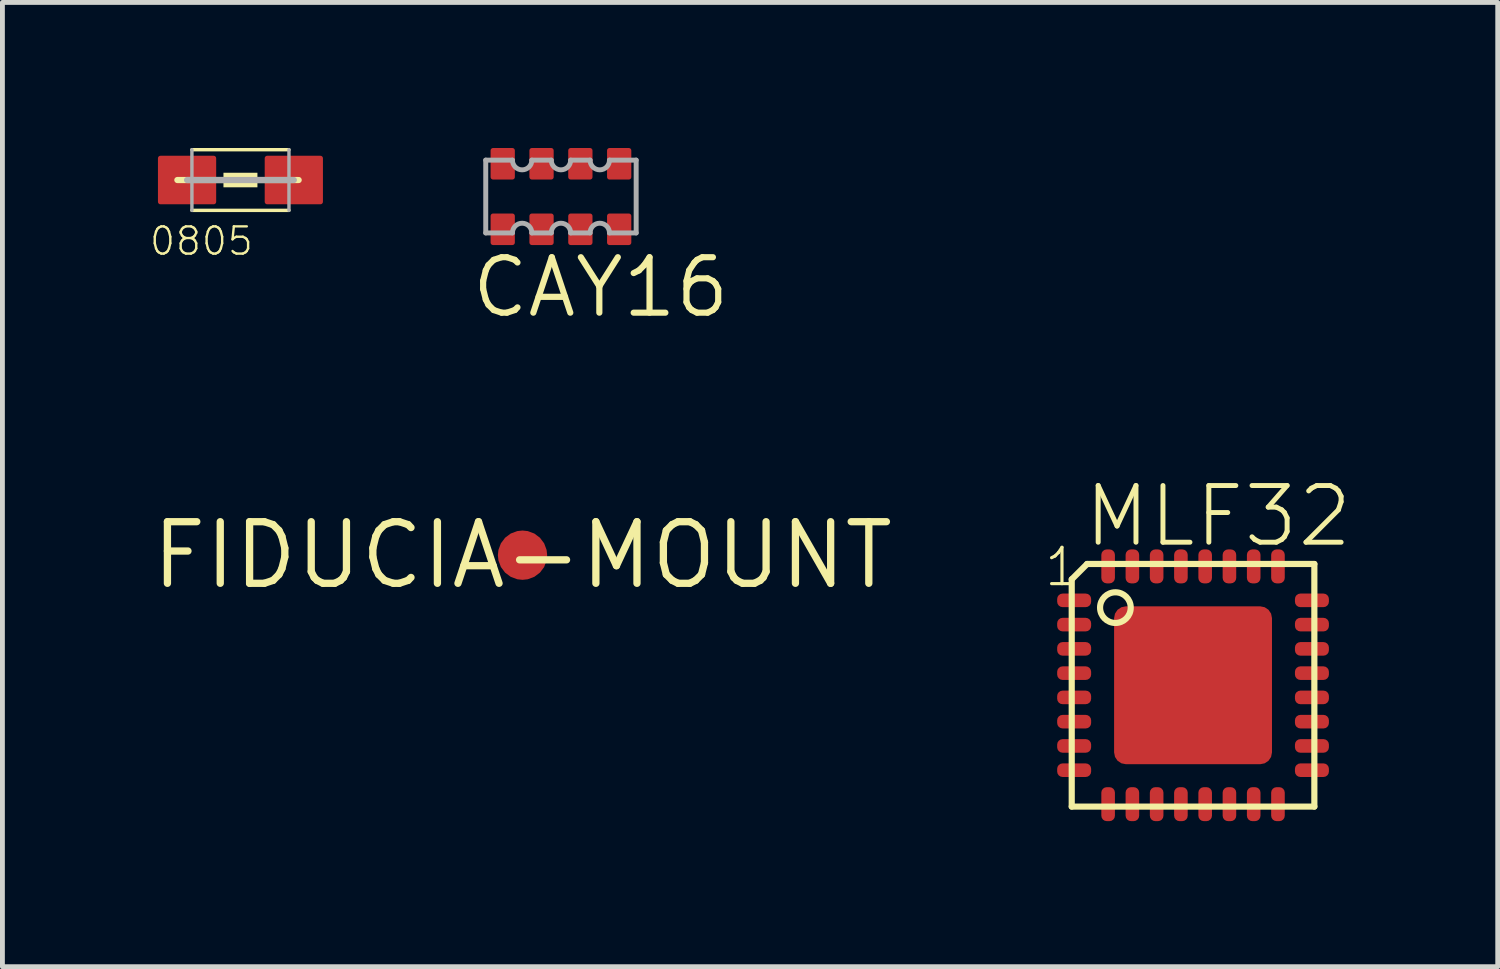
<source format=kicad_pcb>
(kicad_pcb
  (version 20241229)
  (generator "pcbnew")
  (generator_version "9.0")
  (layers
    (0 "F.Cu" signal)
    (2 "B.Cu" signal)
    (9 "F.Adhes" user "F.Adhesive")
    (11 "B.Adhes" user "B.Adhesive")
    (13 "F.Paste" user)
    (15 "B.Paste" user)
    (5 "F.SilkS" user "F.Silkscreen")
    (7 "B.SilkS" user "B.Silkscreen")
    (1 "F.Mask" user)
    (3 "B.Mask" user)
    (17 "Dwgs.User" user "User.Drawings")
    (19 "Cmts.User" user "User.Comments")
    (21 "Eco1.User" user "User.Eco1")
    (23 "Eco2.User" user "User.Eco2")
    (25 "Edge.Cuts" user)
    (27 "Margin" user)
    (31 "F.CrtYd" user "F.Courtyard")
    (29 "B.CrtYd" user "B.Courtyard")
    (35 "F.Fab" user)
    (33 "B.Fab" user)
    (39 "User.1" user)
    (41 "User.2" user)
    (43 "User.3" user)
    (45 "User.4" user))
  (footprint "MLF32"
    (layer "F.Cu")
    (at 21.536 11.072)
    (property "Reference" "MLF32" (at -2.3 -2.8 0) (layer "F.SilkS") (effects (font (size 1.168 1.168) (thickness 0.102)) (justify left bottom)))
    (fp_poly (pts (xy 0.232 -1.313) (xy 0.456 -1.253) (xy 0.667 -1.155) (xy 0.857 -1.022) (xy 1.022 -0.857) (xy 1.155 -0.667) (xy 1.254 -0.454) (xy 1.334 -0.003) (xy 1.313 0.232) (xy 1.253 0.456) (xy 1.155 0.667) (xy 1.022 0.857) (xy 0.857 1.022) (xy 0.667 1.155) (xy 0.456 1.253) (xy 0.232 1.313) (xy 0 1.334) (xy -0.232 1.313) (xy -0.456 1.253) (xy -0.667 1.155) (xy -0.857 1.022) (xy -1.022 0.857) (xy -1.155 0.667) (xy -1.253 0.456) (xy -1.313 0.232) (xy -1.334 0) (xy -1.313 -0.232) (xy -1.253 -0.456) (xy -1.155 -0.667) (xy -1.022 -0.857) (xy -0.857 -1.022) (xy -0.667 -1.155) (xy -0.456 -1.253) (xy -0.232 -1.313) (xy 0 -1.334)) (stroke (width 0) (type default)) (fill yes) (layer "F.Mask"))
    (fp_line (start -2.5 -2.183) (end -2.5 2.5) (stroke (width 0.127) (type solid)) (layer "F.SilkS"))
    (fp_line (start -2.5 2.5) (end 2.5 2.5) (stroke (width 0.127) (type solid)) (layer "F.SilkS"))
    (fp_line (start -2.183 -2.5) (end -2.5 -2.183) (stroke (width 0.127) (type solid)) (layer "F.SilkS"))
    (fp_line (start 2.5 -2.5) (end -2.183 -2.5) (stroke (width 0.127) (type solid)) (layer "F.SilkS"))
    (fp_line (start 2.5 2.5) (end 2.5 -2.5) (stroke (width 0.127) (type solid)) (layer "F.SilkS"))
    (fp_circle (center -1.6 -1.6) (end -1.284 -1.6) (stroke (width 0.127) (type solid)) (fill no) (layer "F.SilkS"))
    (fp_poly (pts (xy -0.635 0.635) (xy 0.635 0.635) (xy 0.635 -0.635) (xy -0.635 -0.635)) (stroke (width 0) (type default)) (fill yes) (layer "F.Paste"))
    (fp_text user "1" (at -3.1 -2 0) (layer "F.SilkS") (effects (font (size 0.748 0.748) (thickness 0.065)) (justify left bottom)))
    (pad "1" smd roundrect (at -2.45 -1.75 90) (size 0.28 0.7) (layers "F.Cu" "F.Mask" "F.Paste") (roundrect_rratio 0.4))
    (pad "2" smd roundrect (at -2.45 -1.25 90) (size 0.28 0.7) (layers "F.Cu" "F.Mask" "F.Paste") (roundrect_rratio 0.4))
    (pad "3" smd roundrect (at -2.45 -0.75 90) (size 0.28 0.7) (layers "F.Cu" "F.Mask" "F.Paste") (roundrect_rratio 0.4))
    (pad "4" smd roundrect (at -2.45 -0.25 90) (size 0.28 0.7) (layers "F.Cu" "F.Mask" "F.Paste") (roundrect_rratio 0.4))
    (pad "5" smd roundrect (at -2.45 0.25 90) (size 0.28 0.7) (layers "F.Cu" "F.Mask" "F.Paste") (roundrect_rratio 0.4))
    (pad "6" smd roundrect (at -2.45 0.75 90) (size 0.28 0.7) (layers "F.Cu" "F.Mask" "F.Paste") (roundrect_rratio 0.4))
    (pad "7" smd roundrect (at -2.45 1.25 90) (size 0.28 0.7) (layers "F.Cu" "F.Mask" "F.Paste") (roundrect_rratio 0.4))
    (pad "8" smd roundrect (at -2.45 1.75 90) (size 0.28 0.7) (layers "F.Cu" "F.Mask" "F.Paste") (roundrect_rratio 0.4))
    (pad "9" smd roundrect (at -1.75 2.45 180) (size 0.28 0.7) (layers "F.Cu" "F.Mask" "F.Paste") (roundrect_rratio 0.4))
    (pad "10" smd roundrect (at -1.25 2.45 180) (size 0.28 0.7) (layers "F.Cu" "F.Mask" "F.Paste") (roundrect_rratio 0.4))
    (pad "11" smd roundrect (at -0.75 2.45 180) (size 0.28 0.7) (layers "F.Cu" "F.Mask" "F.Paste") (roundrect_rratio 0.4))
    (pad "12" smd roundrect (at -0.25 2.45 180) (size 0.28 0.7) (layers "F.Cu" "F.Mask" "F.Paste") (roundrect_rratio 0.4))
    (pad "13" smd roundrect (at 0.25 2.45 180) (size 0.28 0.7) (layers "F.Cu" "F.Mask" "F.Paste") (roundrect_rratio 0.4))
    (pad "14" smd roundrect (at 0.75 2.45 180) (size 0.28 0.7) (layers "F.Cu" "F.Mask" "F.Paste") (roundrect_rratio 0.4))
    (pad "15" smd roundrect (at 1.25 2.45 180) (size 0.28 0.7) (layers "F.Cu" "F.Mask" "F.Paste") (roundrect_rratio 0.4))
    (pad "16" smd roundrect (at 1.75 2.45 180) (size 0.28 0.7) (layers "F.Cu" "F.Mask" "F.Paste") (roundrect_rratio 0.4))
    (pad "17" smd roundrect (at 2.45 1.75 90) (size 0.28 0.7) (layers "F.Cu" "F.Mask" "F.Paste") (roundrect_rratio 0.4))
    (pad "18" smd roundrect (at 2.45 1.25 90) (size 0.28 0.7) (layers "F.Cu" "F.Mask" "F.Paste") (roundrect_rratio 0.4))
    (pad "19" smd roundrect (at 2.45 0.75 90) (size 0.28 0.7) (layers "F.Cu" "F.Mask" "F.Paste") (roundrect_rratio 0.4))
    (pad "20" smd roundrect (at 2.45 0.25 90) (size 0.28 0.7) (layers "F.Cu" "F.Mask" "F.Paste") (roundrect_rratio 0.4))
    (pad "21" smd roundrect (at 2.45 -0.25 90) (size 0.28 0.7) (layers "F.Cu" "F.Mask" "F.Paste") (roundrect_rratio 0.4))
    (pad "22" smd roundrect (at 2.45 -0.75 90) (size 0.28 0.7) (layers "F.Cu" "F.Mask" "F.Paste") (roundrect_rratio 0.4))
    (pad "23" smd roundrect (at 2.45 -1.25 90) (size 0.28 0.7) (layers "F.Cu" "F.Mask" "F.Paste") (roundrect_rratio 0.4))
    (pad "24" smd roundrect (at 2.45 -1.75 90) (size 0.28 0.7) (layers "F.Cu" "F.Mask" "F.Paste") (roundrect_rratio 0.4))
    (pad "25" smd roundrect (at 1.75 -2.45 180) (size 0.28 0.7) (layers "F.Cu" "F.Mask" "F.Paste") (roundrect_rratio 0.4))
    (pad "26" smd roundrect (at 1.25 -2.45 180) (size 0.28 0.7) (layers "F.Cu" "F.Mask" "F.Paste") (roundrect_rratio 0.4))
    (pad "27" smd roundrect (at 0.75 -2.45 180) (size 0.28 0.7) (layers "F.Cu" "F.Mask" "F.Paste") (roundrect_rratio 0.4))
    (pad "28" smd roundrect (at 0.25 -2.45 180) (size 0.28 0.7) (layers "F.Cu" "F.Mask" "F.Paste") (roundrect_rratio 0.4))
    (pad "29" smd roundrect (at -0.25 -2.45 180) (size 0.28 0.7) (layers "F.Cu" "F.Mask" "F.Paste") (roundrect_rratio 0.4))
    (pad "30" smd roundrect (at -0.75 -2.45 180) (size 0.28 0.7) (layers "F.Cu" "F.Mask" "F.Paste") (roundrect_rratio 0.4))
    (pad "31" smd roundrect (at -1.25 -2.45 180) (size 0.28 0.7) (layers "F.Cu" "F.Mask" "F.Paste") (roundrect_rratio 0.4))
    (pad "32" smd roundrect (at -1.75 -2.45 180) (size 0.28 0.7) (layers "F.Cu" "F.Mask" "F.Paste") (roundrect_rratio 0.4))
    (pad "33" smd roundrect (at 0 0 180) (size 3.254 3.254) (layers "F.Cu") (roundrect_rratio 0.075)))
  (footprint "0805"
    (layer "F.Cu")
    (at 1.905 0.66)
    (property "Reference" "0805" (at -1.905 1.587 0) (layer "F.SilkS") (effects (font (size 0.561 0.561) (thickness 0.049)) (justify left bottom)))
    (fp_line (start -1.3 0) (end 1.2 0) (stroke (width 0.127) (type solid)) (layer "F.SilkS"))
    (fp_line (start -1 -0.625) (end 1 -0.625) (stroke (width 0.07) (type solid)) (layer "F.SilkS"))
    (fp_line (start 1 0.625) (end -1 0.625) (stroke (width 0.07) (type solid)) (layer "F.SilkS"))
    (fp_poly (pts (xy -0.35 0.15) (xy 0.35 0.15) (xy 0.35 -0.15) (xy -0.35 -0.15)) (stroke (width 0) (type default)) (fill yes) (layer "F.SilkS"))
    (fp_line (start -1.1 0) (end 1.1 0) (stroke (width 0.127) (type solid)) (layer "F.Fab"))
    (fp_line (start -1 0.625) (end -1 -0.625) (stroke (width 0.07) (type solid)) (layer "F.Fab"))
    (fp_line (start 1 -0.625) (end 1 0.625) (stroke (width 0.07) (type solid)) (layer "F.Fab"))
    (pad "1" smd roundrect (at -1.1 0) (size 1.2 1) (layers "F.Cu" "F.Mask" "F.Paste") (roundrect_rratio 0.051))
    (pad "2" smd roundrect (at 1.1 0) (size 1.2 1) (layers "F.Cu" "F.Mask" "F.Paste") (roundrect_rratio 0.051)))
  (footprint "CAY16"
    (layer "F.Cu")
    (at 8.51 1)
    (property "Reference" "CAY16" (at -1.905 2.54 0) (layer "F.SilkS") (effects (font (size 1.143 1.143) (thickness 0.127)) (justify left bottom)))
    (fp_line (start -1.55 -0.75) (end -1 -0.75) (stroke (width 0.102) (type solid)) (layer "F.Fab"))
    (fp_line (start -1.55 0.75) (end -1.55 -0.75) (stroke (width 0.102) (type solid)) (layer "F.Fab"))
    (fp_line (start -1 0.75) (end -1.55 0.75) (stroke (width 0.102) (type solid)) (layer "F.Fab"))
    (fp_line (start -0.6 -0.75) (end -0.2 -0.75) (stroke (width 0.102) (type solid)) (layer "F.Fab"))
    (fp_line (start -0.2 0.75) (end -0.6 0.75) (stroke (width 0.102) (type solid)) (layer "F.Fab"))
    (fp_line (start 0.2 -0.75) (end 0.6 -0.75) (stroke (width 0.102) (type solid)) (layer "F.Fab"))
    (fp_line (start 0.6 0.75) (end 0.2 0.75) (stroke (width 0.102) (type solid)) (layer "F.Fab"))
    (fp_line (start 1 -0.75) (end 1.55 -0.75) (stroke (width 0.102) (type solid)) (layer "F.Fab"))
    (fp_line (start 1.55 -0.75) (end 1.55 0.75) (stroke (width 0.102) (type solid)) (layer "F.Fab"))
    (fp_line (start 1.55 0.75) (end 1 0.75) (stroke (width 0.102) (type solid)) (layer "F.Fab"))
    (fp_arc (start -1 0.75) (mid -0.8 0.55) (end -0.6 0.75) (stroke (width 0.1016) (type solid)) (layer "F.Fab"))
    (fp_arc (start -0.6 -0.75) (mid -0.8 -0.55) (end -1 -0.75) (stroke (width 0.1016) (type solid)) (layer "F.Fab"))
    (fp_arc (start -0.2 0.75) (mid 0 0.55) (end 0.2 0.75) (stroke (width 0.1016) (type solid)) (layer "F.Fab"))
    (fp_arc (start 0.2 -0.75) (mid 0 -0.55) (end -0.2 -0.75) (stroke (width 0.1016) (type solid)) (layer "F.Fab"))
    (fp_arc (start 0.6 0.75) (mid 0.8 0.55) (end 1 0.75) (stroke (width 0.1016) (type solid)) (layer "F.Fab"))
    (fp_arc (start 1 -0.75) (mid 0.8 -0.55) (end 0.6 -0.75) (stroke (width 0.1016) (type solid)) (layer "F.Fab"))
    (pad "1" smd roundrect (at -1.2 0.675) (size 0.5 0.65) (layers "F.Cu" "F.Mask" "F.Paste") (roundrect_rratio 0.102))
    (pad "2" smd roundrect (at -0.4 0.675) (size 0.5 0.65) (layers "F.Cu" "F.Mask" "F.Paste") (roundrect_rratio 0.102))
    (pad "3" smd roundrect (at 0.4 0.675) (size 0.5 0.65) (layers "F.Cu" "F.Mask" "F.Paste") (roundrect_rratio 0.102))
    (pad "4" smd roundrect (at 1.2 0.675) (size 0.5 0.65) (layers "F.Cu" "F.Mask" "F.Paste") (roundrect_rratio 0.102))
    (pad "5" smd roundrect (at 1.2 -0.675) (size 0.5 0.65) (layers "F.Cu" "F.Mask" "F.Paste") (roundrect_rratio 0.102))
    (pad "6" smd roundrect (at 0.4 -0.675) (size 0.5 0.65) (layers "F.Cu" "F.Mask" "F.Paste") (roundrect_rratio 0.102))
    (pad "7" smd roundrect (at -0.4 -0.675) (size 0.5 0.65) (layers "F.Cu" "F.Mask" "F.Paste") (roundrect_rratio 0.102))
    (pad "8" smd roundrect (at -1.2 -0.675) (size 0.5 0.65) (layers "F.Cu" "F.Mask" "F.Paste") (roundrect_rratio 0.102)))
  (footprint "FIDUCIA-MOUNT"
    (layer "F.Cu")
    (at 7.718 8.391)
    (property "Reference" "FIDUCIA-MOUNT" (at 0 0 0) (layer "F.SilkS") (effects (font (size 1.27 1.27) (thickness 0.15))))
    (fp_circle (center 0 0) (end 0.5 0) (stroke (width 2.184) (type solid)) (fill no) (layer "F.Mask"))
    (pad "P$1" smd roundrect (at 0 0) (size 1.016 1.016) (layers "F.Cu" "F.Mask" "F.Paste") (roundrect_rratio 0.5))
    (zone (net_name "") (layer "F.Cu") (hatch edge 0.5) (connect_pads) (min_thickness 0.25) (filled_areas_thickness no) (keepout (tracks not_allowed) (vias not_allowed) (pads not_allowed) (copperpour not_allowed) (footprints allowed)) (placement (enabled no)) (fill) (polygon (pts (xy 9.281 8.391) (xy 9.261 8.14) (xy 9.201 7.896) (xy 9.102 7.665) (xy 8.968 7.452) (xy 8.801 7.264) (xy 8.606 7.105) (xy 8.388 6.979) (xy 8.153 6.89) (xy 7.906 6.839) (xy 7.655 6.829) (xy 7.405 6.859) (xy 7.164 6.929) (xy 6.936 7.037) (xy 6.729 7.18) (xy 6.548 7.354) (xy 6.397 7.556) (xy 6.28 7.778) (xy 6.2 8.017) (xy 6.16 8.265) (xy 6.16 8.517) (xy 6.2 8.765) (xy 6.28 9.004) (xy 6.397 9.227) (xy 6.548 9.428) (xy 6.729 9.602) (xy 6.936 9.745) (xy 7.164 9.853) (xy 7.405 9.923) (xy 7.655 9.954) (xy 7.906 9.943) (xy 8.153 9.893) (xy 8.388 9.804) (xy 8.606 9.678) (xy 8.801 9.519) (xy 8.968 9.331) (xy 9.102 9.118) (xy 9.201 8.886) (xy 9.261 8.642))) (polygon (pts (xy 9.154 8.391) (xy 9.135 8.155) (xy 9.077 7.925) (xy 8.981 7.708) (xy 8.852 7.509) (xy 8.691 7.334) (xy 8.504 7.189) (xy 8.295 7.076) (xy 8.071 6.999) (xy 7.837 6.96) (xy 7.599 6.96) (xy 7.365 6.999) (xy 7.141 7.076) (xy 6.932 7.189) (xy 6.745 7.334) (xy 6.584 7.509) (xy 6.455 7.708) (xy 6.359 7.925) (xy 6.301 8.155) (xy 6.281 8.391) (xy 6.301 8.628) (xy 6.359 8.858) (xy 6.455 9.075) (xy 6.584 9.274) (xy 6.745 9.448) (xy 6.932 9.594) (xy 7.141 9.707) (xy 7.365 9.784) (xy 7.599 9.823) (xy 7.837 9.823) (xy 8.071 9.784) (xy 8.295 9.707) (xy 8.504 9.594) (xy 8.691 9.448) (xy 8.852 9.274) (xy 8.981 9.075) (xy 9.077 8.858) (xy 9.135 8.628)))))
  (gr_rect
    (start -3 -3)
    (end 27.815 16.872)
    (stroke (width 0.1) (type default))
    (fill no)
    (layer "Edge.Cuts")))
</source>
